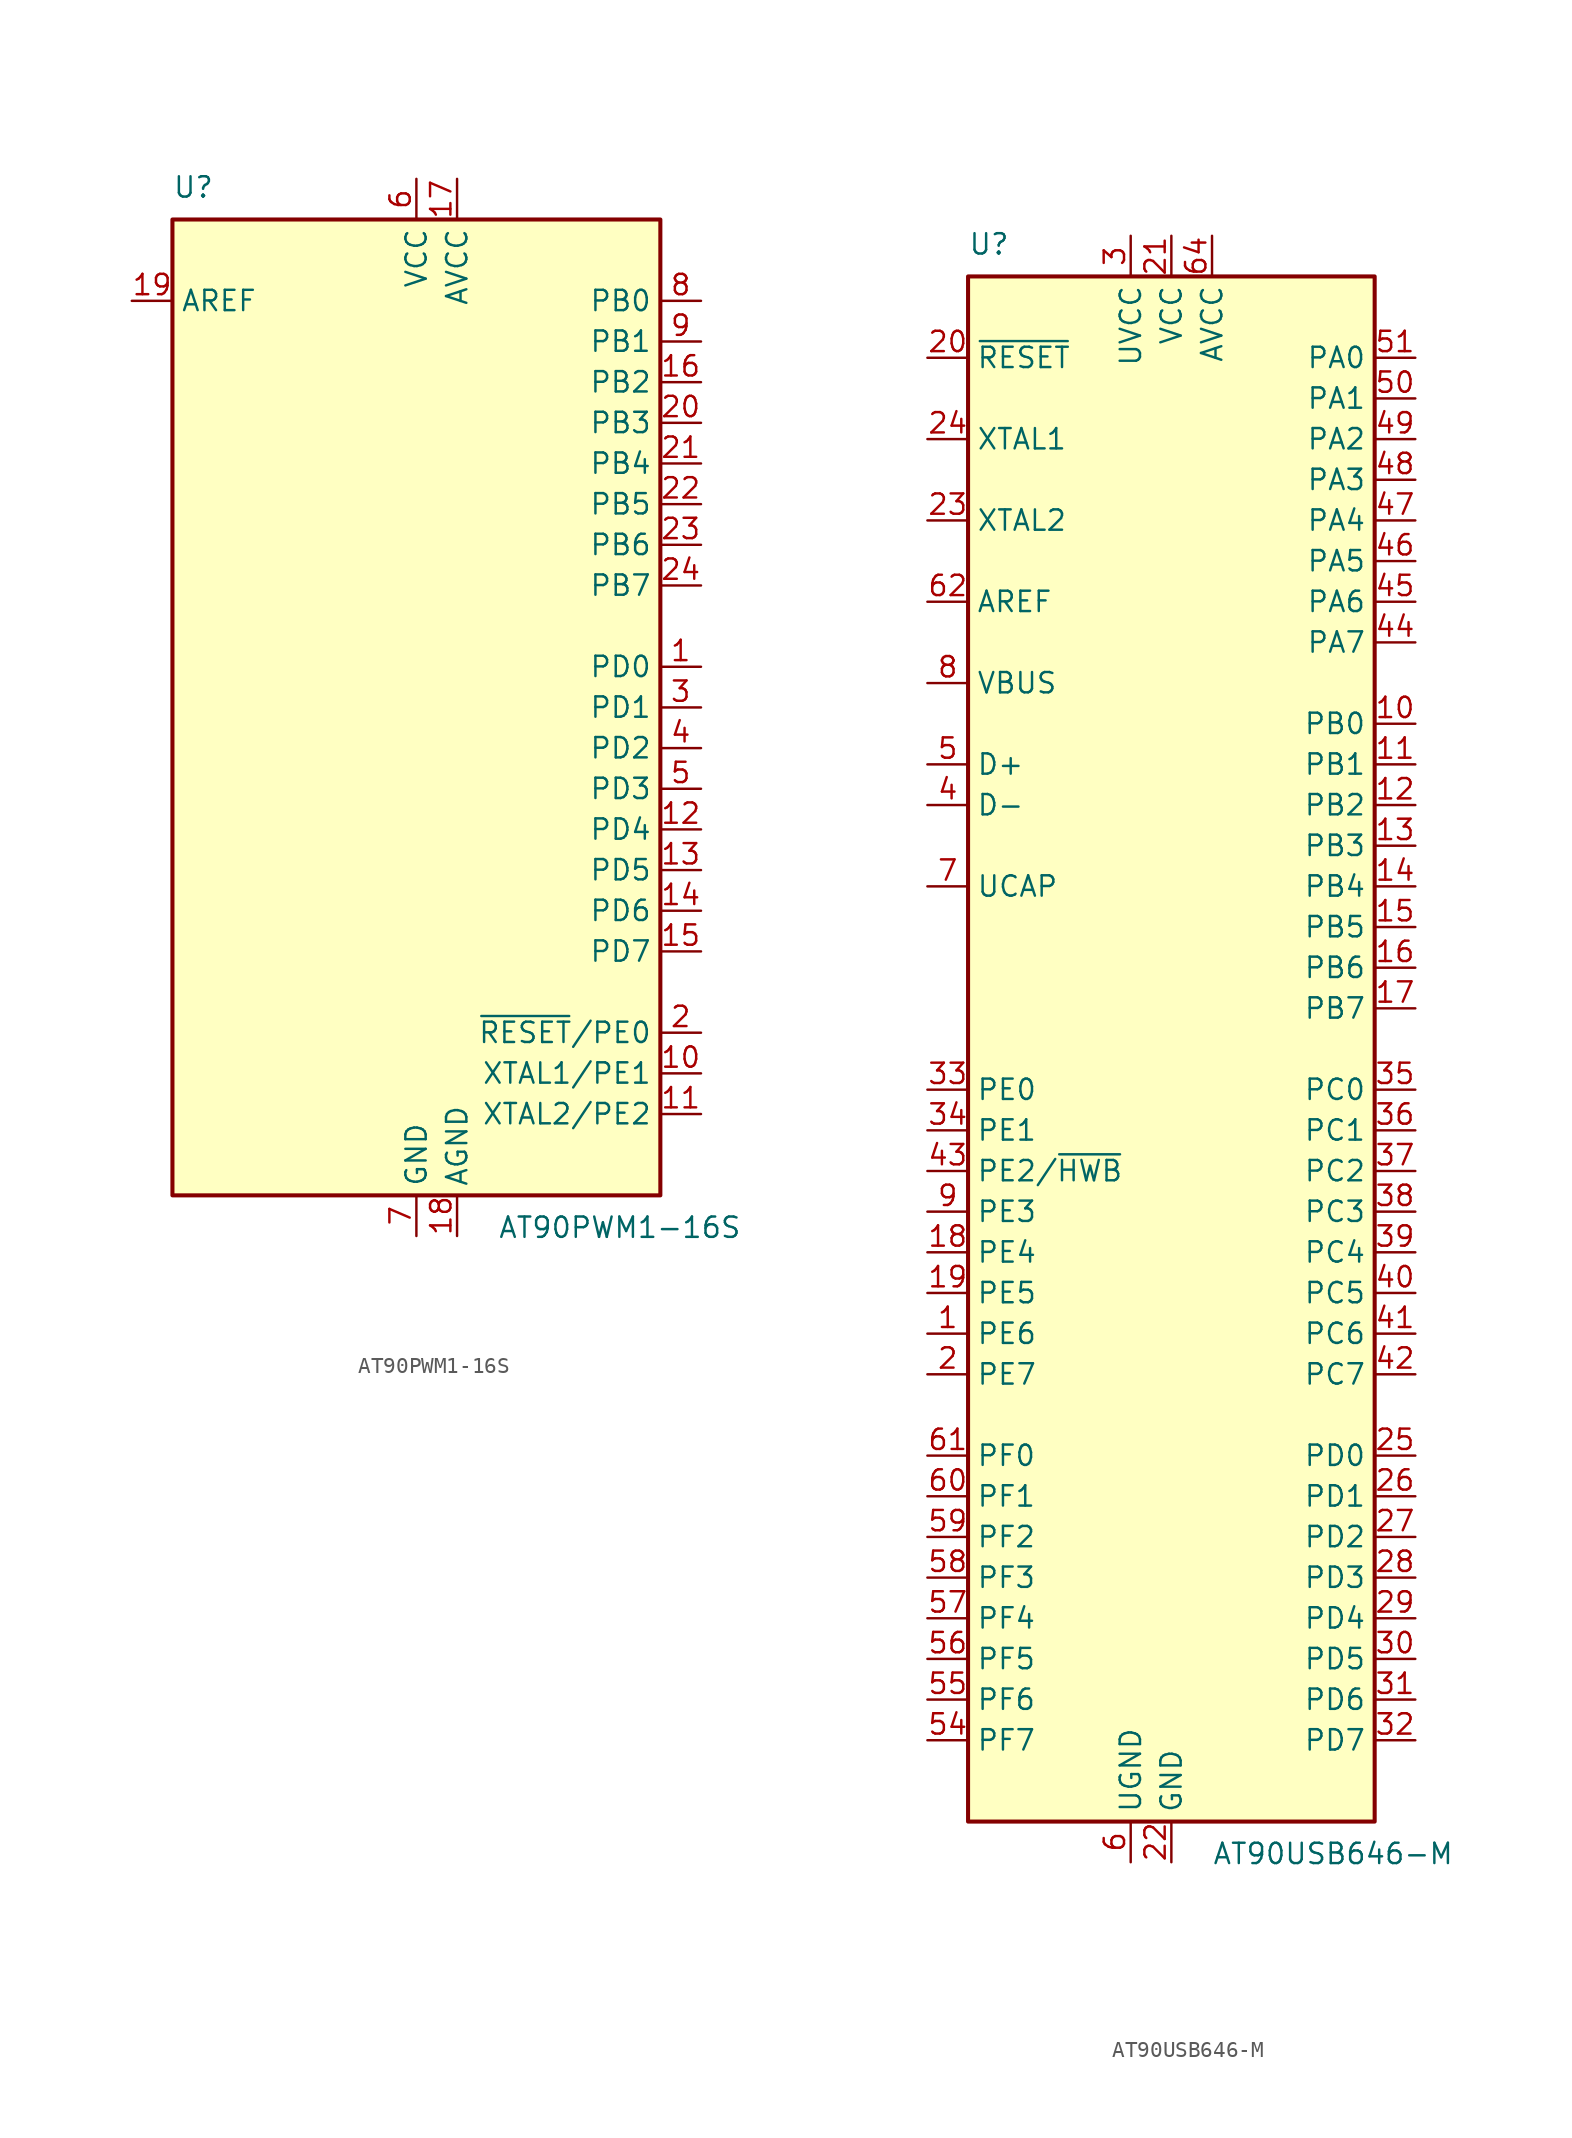
<source format=kicad_sym>
(kicad_symbol_lib
  (version 20241209)
  (generator "kicad_symbol_editor")
  (generator_version "9.0")
  (symbol "AT90PWM1-16S"
    (property "Reference" "U"
      (at -15.24 31.75 0)
      (effects (font (size 1.27 1.27)) (justify left bottom)))
    (property "Value" "AT90PWM1-16S"
      (at 5.08 -31.75 0)
      (effects (font (size 1.27 1.27)) (justify left top)))
    (symbol "AT90PWM1-16S_0_1"
      (rectangle (start -15.24 -30.48) (end 15.24 30.48) (stroke (width 0.254) (type default)) (fill (type background))))
    (symbol "AT90PWM1-16S_1_1"
      (pin passive line (at -17.78 25.4 0) (length 2.54) (name "AREF" (effects (font (size 1.27 1.27)))) (number "19" (effects (font (size 1.27 1.27)))))
      (pin power_in line (at 0 33.02 270) (length 2.54) (name "VCC" (effects (font (size 1.27 1.27)))) (number "6" (effects (font (size 1.27 1.27)))))
      (pin power_in line (at 0 -33.02 90) (length 2.54) (name "GND" (effects (font (size 1.27 1.27)))) (number "7" (effects (font (size 1.27 1.27)))))
      (pin power_in line (at 2.54 33.02 270) (length 2.54) (name "AVCC" (effects (font (size 1.27 1.27)))) (number "17" (effects (font (size 1.27 1.27)))))
      (pin power_in line (at 2.54 -33.02 90) (length 2.54) (name "AGND" (effects (font (size 1.27 1.27)))) (number "18" (effects (font (size 1.27 1.27)))))
      (pin bidirectional line (at 17.78 25.4 180) (length 2.54) (name "PB0" (effects (font (size 1.27 1.27)))) (number "8" (effects (font (size 1.27 1.27)))))
      (pin bidirectional line (at 17.78 22.86 180) (length 2.54) (name "PB1" (effects (font (size 1.27 1.27)))) (number "9" (effects (font (size 1.27 1.27)))))
      (pin bidirectional line (at 17.78 20.32 180) (length 2.54) (name "PB2" (effects (font (size 1.27 1.27)))) (number "16" (effects (font (size 1.27 1.27)))))
      (pin bidirectional line (at 17.78 17.78 180) (length 2.54) (name "PB3" (effects (font (size 1.27 1.27)))) (number "20" (effects (font (size 1.27 1.27)))))
      (pin bidirectional line (at 17.78 15.24 180) (length 2.54) (name "PB4" (effects (font (size 1.27 1.27)))) (number "21" (effects (font (size 1.27 1.27)))))
      (pin bidirectional line (at 17.78 12.7 180) (length 2.54) (name "PB5" (effects (font (size 1.27 1.27)))) (number "22" (effects (font (size 1.27 1.27)))))
      (pin bidirectional line (at 17.78 10.16 180) (length 2.54) (name "PB6" (effects (font (size 1.27 1.27)))) (number "23" (effects (font (size 1.27 1.27)))))
      (pin bidirectional line (at 17.78 7.62 180) (length 2.54) (name "PB7" (effects (font (size 1.27 1.27)))) (number "24" (effects (font (size 1.27 1.27)))))
      (pin bidirectional line (at 17.78 2.54 180) (length 2.54) (name "PD0" (effects (font (size 1.27 1.27)))) (number "1" (effects (font (size 1.27 1.27)))))
      (pin bidirectional line (at 17.78 0 180) (length 2.54) (name "PD1" (effects (font (size 1.27 1.27)))) (number "3" (effects (font (size 1.27 1.27)))))
      (pin bidirectional line (at 17.78 -2.54 180) (length 2.54) (name "PD2" (effects (font (size 1.27 1.27)))) (number "4" (effects (font (size 1.27 1.27)))))
      (pin bidirectional line (at 17.78 -5.08 180) (length 2.54) (name "PD3" (effects (font (size 1.27 1.27)))) (number "5" (effects (font (size 1.27 1.27)))))
      (pin bidirectional line (at 17.78 -7.62 180) (length 2.54) (name "PD4" (effects (font (size 1.27 1.27)))) (number "12" (effects (font (size 1.27 1.27)))))
      (pin bidirectional line (at 17.78 -10.16 180) (length 2.54) (name "PD5" (effects (font (size 1.27 1.27)))) (number "13" (effects (font (size 1.27 1.27)))))
      (pin bidirectional line (at 17.78 -12.7 180) (length 2.54) (name "PD6" (effects (font (size 1.27 1.27)))) (number "14" (effects (font (size 1.27 1.27)))))
      (pin bidirectional line (at 17.78 -15.24 180) (length 2.54) (name "PD7" (effects (font (size 1.27 1.27)))) (number "15" (effects (font (size 1.27 1.27)))))
      (pin bidirectional line (at 17.78 -20.32 180) (length 2.54) (name "~{RESET}/PE0" (effects (font (size 1.27 1.27)))) (number "2" (effects (font (size 1.27 1.27)))))
      (pin bidirectional line (at 17.78 -22.86 180) (length 2.54) (name "XTAL1/PE1" (effects (font (size 1.27 1.27)))) (number "10" (effects (font (size 1.27 1.27)))))
      (pin bidirectional line (at 17.78 -25.4 180) (length 2.54) (name "XTAL2/PE2" (effects (font (size 1.27 1.27)))) (number "11" (effects (font (size 1.27 1.27)))))))
  (symbol "AT90USB646-M"
    (property "Reference" "U"
      (at -12.7 49.53 0)
      (effects (font (size 1.27 1.27)) (justify left bottom)))
    (property "Value" "AT90USB646-M"
      (at 2.54 -49.53 0)
      (effects (font (size 1.27 1.27)) (justify left top)))
    (symbol "AT90USB646-M_0_1"
      (rectangle (start -12.7 -48.26) (end 12.7 48.26) (stroke (width 0.254) (type default)) (fill (type background))))
    (symbol "AT90USB646-M_1_1"
      (pin input line (at -15.24 43.18 0) (length 2.54) (name "~{RESET}" (effects (font (size 1.27 1.27)))) (number "20" (effects (font (size 1.27 1.27)))))
      (pin input line (at -15.24 38.1 0) (length 2.54) (name "XTAL1" (effects (font (size 1.27 1.27)))) (number "24" (effects (font (size 1.27 1.27)))))
      (pin output line (at -15.24 33.02 0) (length 2.54) (name "XTAL2" (effects (font (size 1.27 1.27)))) (number "23" (effects (font (size 1.27 1.27)))))
      (pin passive line (at -15.24 27.94 0) (length 2.54) (name "AREF" (effects (font (size 1.27 1.27)))) (number "62" (effects (font (size 1.27 1.27)))))
      (pin input line (at -15.24 22.86 0) (length 2.54) (name "VBUS" (effects (font (size 1.27 1.27)))) (number "8" (effects (font (size 1.27 1.27)))))
      (pin bidirectional line (at -15.24 17.78 0) (length 2.54) (name "D+" (effects (font (size 1.27 1.27)))) (number "5" (effects (font (size 1.27 1.27)))))
      (pin bidirectional line (at -15.24 15.24 0) (length 2.54) (name "D-" (effects (font (size 1.27 1.27)))) (number "4" (effects (font (size 1.27 1.27)))))
      (pin passive line (at -15.24 10.16 0) (length 2.54) (name "UCAP" (effects (font (size 1.27 1.27)))) (number "7" (effects (font (size 1.27 1.27)))))
      (pin bidirectional line (at -15.24 -2.54 0) (length 2.54) (name "PE0" (effects (font (size 1.27 1.27)))) (number "33" (effects (font (size 1.27 1.27)))))
      (pin bidirectional line (at -15.24 -5.08 0) (length 2.54) (name "PE1" (effects (font (size 1.27 1.27)))) (number "34" (effects (font (size 1.27 1.27)))))
      (pin bidirectional line (at -15.24 -7.62 0) (length 2.54) (name "PE2/~{HWB}" (effects (font (size 1.27 1.27)))) (number "43" (effects (font (size 1.27 1.27)))))
      (pin bidirectional line (at -15.24 -10.16 0) (length 2.54) (name "PE3" (effects (font (size 1.27 1.27)))) (number "9" (effects (font (size 1.27 1.27)))))
      (pin bidirectional line (at -15.24 -12.7 0) (length 2.54) (name "PE4" (effects (font (size 1.27 1.27)))) (number "18" (effects (font (size 1.27 1.27)))))
      (pin bidirectional line (at -15.24 -15.24 0) (length 2.54) (name "PE5" (effects (font (size 1.27 1.27)))) (number "19" (effects (font (size 1.27 1.27)))))
      (pin bidirectional line (at -15.24 -17.78 0) (length 2.54) (name "PE6" (effects (font (size 1.27 1.27)))) (number "1" (effects (font (size 1.27 1.27)))))
      (pin bidirectional line (at -15.24 -20.32 0) (length 2.54) (name "PE7" (effects (font (size 1.27 1.27)))) (number "2" (effects (font (size 1.27 1.27)))))
      (pin bidirectional line (at -15.24 -25.4 0) (length 2.54) (name "PF0" (effects (font (size 1.27 1.27)))) (number "61" (effects (font (size 1.27 1.27)))))
      (pin bidirectional line (at -15.24 -27.94 0) (length 2.54) (name "PF1" (effects (font (size 1.27 1.27)))) (number "60" (effects (font (size 1.27 1.27)))))
      (pin bidirectional line (at -15.24 -30.48 0) (length 2.54) (name "PF2" (effects (font (size 1.27 1.27)))) (number "59" (effects (font (size 1.27 1.27)))))
      (pin bidirectional line (at -15.24 -33.02 0) (length 2.54) (name "PF3" (effects (font (size 1.27 1.27)))) (number "58" (effects (font (size 1.27 1.27)))))
      (pin bidirectional line (at -15.24 -35.56 0) (length 2.54) (name "PF4" (effects (font (size 1.27 1.27)))) (number "57" (effects (font (size 1.27 1.27)))))
      (pin bidirectional line (at -15.24 -38.1 0) (length 2.54) (name "PF5" (effects (font (size 1.27 1.27)))) (number "56" (effects (font (size 1.27 1.27)))))
      (pin bidirectional line (at -15.24 -40.64 0) (length 2.54) (name "PF6" (effects (font (size 1.27 1.27)))) (number "55" (effects (font (size 1.27 1.27)))))
      (pin bidirectional line (at -15.24 -43.18 0) (length 2.54) (name "PF7" (effects (font (size 1.27 1.27)))) (number "54" (effects (font (size 1.27 1.27)))))
      (pin power_in line (at -2.54 50.8 270) (length 2.54) (name "UVCC" (effects (font (size 1.27 1.27)))) (number "3" (effects (font (size 1.27 1.27)))))
      (pin power_in line (at -2.54 -50.8 90) (length 2.54) (name "UGND" (effects (font (size 1.27 1.27)))) (number "6" (effects (font (size 1.27 1.27)))))
      (pin power_in line (at 0 50.8 270) (length 2.54) (name "VCC" (effects (font (size 1.27 1.27)))) (number "21" (effects (font (size 1.27 1.27)))))
      (pin passive line (at 0 50.8 270) (length 2.54) (hide yes) (name "VCC" (effects (font (size 1.27 1.27)))) (number "52" (effects (font (size 1.27 1.27)))))
      (pin power_in line (at 0 -50.8 90) (length 2.54) (name "GND" (effects (font (size 1.27 1.27)))) (number "22" (effects (font (size 1.27 1.27)))))
      (pin passive line (at 0 -50.8 90) (length 2.54) (hide yes) (name "GND" (effects (font (size 1.27 1.27)))) (number "53" (effects (font (size 1.27 1.27)))))
      (pin passive line (at 0 -50.8 90) (length 2.54) (hide yes) (name "GND" (effects (font (size 1.27 1.27)))) (number "63" (effects (font (size 1.27 1.27)))))
      (pin passive line (at 0 -50.8 90) (length 2.54) (hide yes) (name "GND" (effects (font (size 1.27 1.27)))) (number "65" (effects (font (size 1.27 1.27)))))
      (pin power_in line (at 2.54 50.8 270) (length 2.54) (name "AVCC" (effects (font (size 1.27 1.27)))) (number "64" (effects (font (size 1.27 1.27)))))
      (pin bidirectional line (at 15.24 43.18 180) (length 2.54) (name "PA0" (effects (font (size 1.27 1.27)))) (number "51" (effects (font (size 1.27 1.27)))))
      (pin bidirectional line (at 15.24 40.64 180) (length 2.54) (name "PA1" (effects (font (size 1.27 1.27)))) (number "50" (effects (font (size 1.27 1.27)))))
      (pin bidirectional line (at 15.24 38.1 180) (length 2.54) (name "PA2" (effects (font (size 1.27 1.27)))) (number "49" (effects (font (size 1.27 1.27)))))
      (pin bidirectional line (at 15.24 35.56 180) (length 2.54) (name "PA3" (effects (font (size 1.27 1.27)))) (number "48" (effects (font (size 1.27 1.27)))))
      (pin bidirectional line (at 15.24 33.02 180) (length 2.54) (name "PA4" (effects (font (size 1.27 1.27)))) (number "47" (effects (font (size 1.27 1.27)))))
      (pin bidirectional line (at 15.24 30.48 180) (length 2.54) (name "PA5" (effects (font (size 1.27 1.27)))) (number "46" (effects (font (size 1.27 1.27)))))
      (pin bidirectional line (at 15.24 27.94 180) (length 2.54) (name "PA6" (effects (font (size 1.27 1.27)))) (number "45" (effects (font (size 1.27 1.27)))))
      (pin bidirectional line (at 15.24 25.4 180) (length 2.54) (name "PA7" (effects (font (size 1.27 1.27)))) (number "44" (effects (font (size 1.27 1.27)))))
      (pin bidirectional line (at 15.24 20.32 180) (length 2.54) (name "PB0" (effects (font (size 1.27 1.27)))) (number "10" (effects (font (size 1.27 1.27)))))
      (pin bidirectional line (at 15.24 17.78 180) (length 2.54) (name "PB1" (effects (font (size 1.27 1.27)))) (number "11" (effects (font (size 1.27 1.27)))))
      (pin bidirectional line (at 15.24 15.24 180) (length 2.54) (name "PB2" (effects (font (size 1.27 1.27)))) (number "12" (effects (font (size 1.27 1.27)))))
      (pin bidirectional line (at 15.24 12.7 180) (length 2.54) (name "PB3" (effects (font (size 1.27 1.27)))) (number "13" (effects (font (size 1.27 1.27)))))
      (pin bidirectional line (at 15.24 10.16 180) (length 2.54) (name "PB4" (effects (font (size 1.27 1.27)))) (number "14" (effects (font (size 1.27 1.27)))))
      (pin bidirectional line (at 15.24 7.62 180) (length 2.54) (name "PB5" (effects (font (size 1.27 1.27)))) (number "15" (effects (font (size 1.27 1.27)))))
      (pin bidirectional line (at 15.24 5.08 180) (length 2.54) (name "PB6" (effects (font (size 1.27 1.27)))) (number "16" (effects (font (size 1.27 1.27)))))
      (pin bidirectional line (at 15.24 2.54 180) (length 2.54) (name "PB7" (effects (font (size 1.27 1.27)))) (number "17" (effects (font (size 1.27 1.27)))))
      (pin bidirectional line (at 15.24 -2.54 180) (length 2.54) (name "PC0" (effects (font (size 1.27 1.27)))) (number "35" (effects (font (size 1.27 1.27)))))
      (pin bidirectional line (at 15.24 -5.08 180) (length 2.54) (name "PC1" (effects (font (size 1.27 1.27)))) (number "36" (effects (font (size 1.27 1.27)))))
      (pin bidirectional line (at 15.24 -7.62 180) (length 2.54) (name "PC2" (effects (font (size 1.27 1.27)))) (number "37" (effects (font (size 1.27 1.27)))))
      (pin bidirectional line (at 15.24 -10.16 180) (length 2.54) (name "PC3" (effects (font (size 1.27 1.27)))) (number "38" (effects (font (size 1.27 1.27)))))
      (pin bidirectional line (at 15.24 -12.7 180) (length 2.54) (name "PC4" (effects (font (size 1.27 1.27)))) (number "39" (effects (font (size 1.27 1.27)))))
      (pin bidirectional line (at 15.24 -15.24 180) (length 2.54) (name "PC5" (effects (font (size 1.27 1.27)))) (number "40" (effects (font (size 1.27 1.27)))))
      (pin bidirectional line (at 15.24 -17.78 180) (length 2.54) (name "PC6" (effects (font (size 1.27 1.27)))) (number "41" (effects (font (size 1.27 1.27)))))
      (pin bidirectional line (at 15.24 -20.32 180) (length 2.54) (name "PC7" (effects (font (size 1.27 1.27)))) (number "42" (effects (font (size 1.27 1.27)))))
      (pin bidirectional line (at 15.24 -25.4 180) (length 2.54) (name "PD0" (effects (font (size 1.27 1.27)))) (number "25" (effects (font (size 1.27 1.27)))))
      (pin bidirectional line (at 15.24 -27.94 180) (length 2.54) (name "PD1" (effects (font (size 1.27 1.27)))) (number "26" (effects (font (size 1.27 1.27)))))
      (pin bidirectional line (at 15.24 -30.48 180) (length 2.54) (name "PD2" (effects (font (size 1.27 1.27)))) (number "27" (effects (font (size 1.27 1.27)))))
      (pin bidirectional line (at 15.24 -33.02 180) (length 2.54) (name "PD3" (effects (font (size 1.27 1.27)))) (number "28" (effects (font (size 1.27 1.27)))))
      (pin bidirectional line (at 15.24 -35.56 180) (length 2.54) (name "PD4" (effects (font (size 1.27 1.27)))) (number "29" (effects (font (size 1.27 1.27)))))
      (pin bidirectional line (at 15.24 -38.1 180) (length 2.54) (name "PD5" (effects (font (size 1.27 1.27)))) (number "30" (effects (font (size 1.27 1.27)))))
      (pin bidirectional line (at 15.24 -40.64 180) (length 2.54) (name "PD6" (effects (font (size 1.27 1.27)))) (number "31" (effects (font (size 1.27 1.27)))))
      (pin bidirectional line (at 15.24 -43.18 180) (length 2.54) (name "PD7" (effects (font (size 1.27 1.27)))) (number "32" (effects (font (size 1.27 1.27))))))))
</source>
